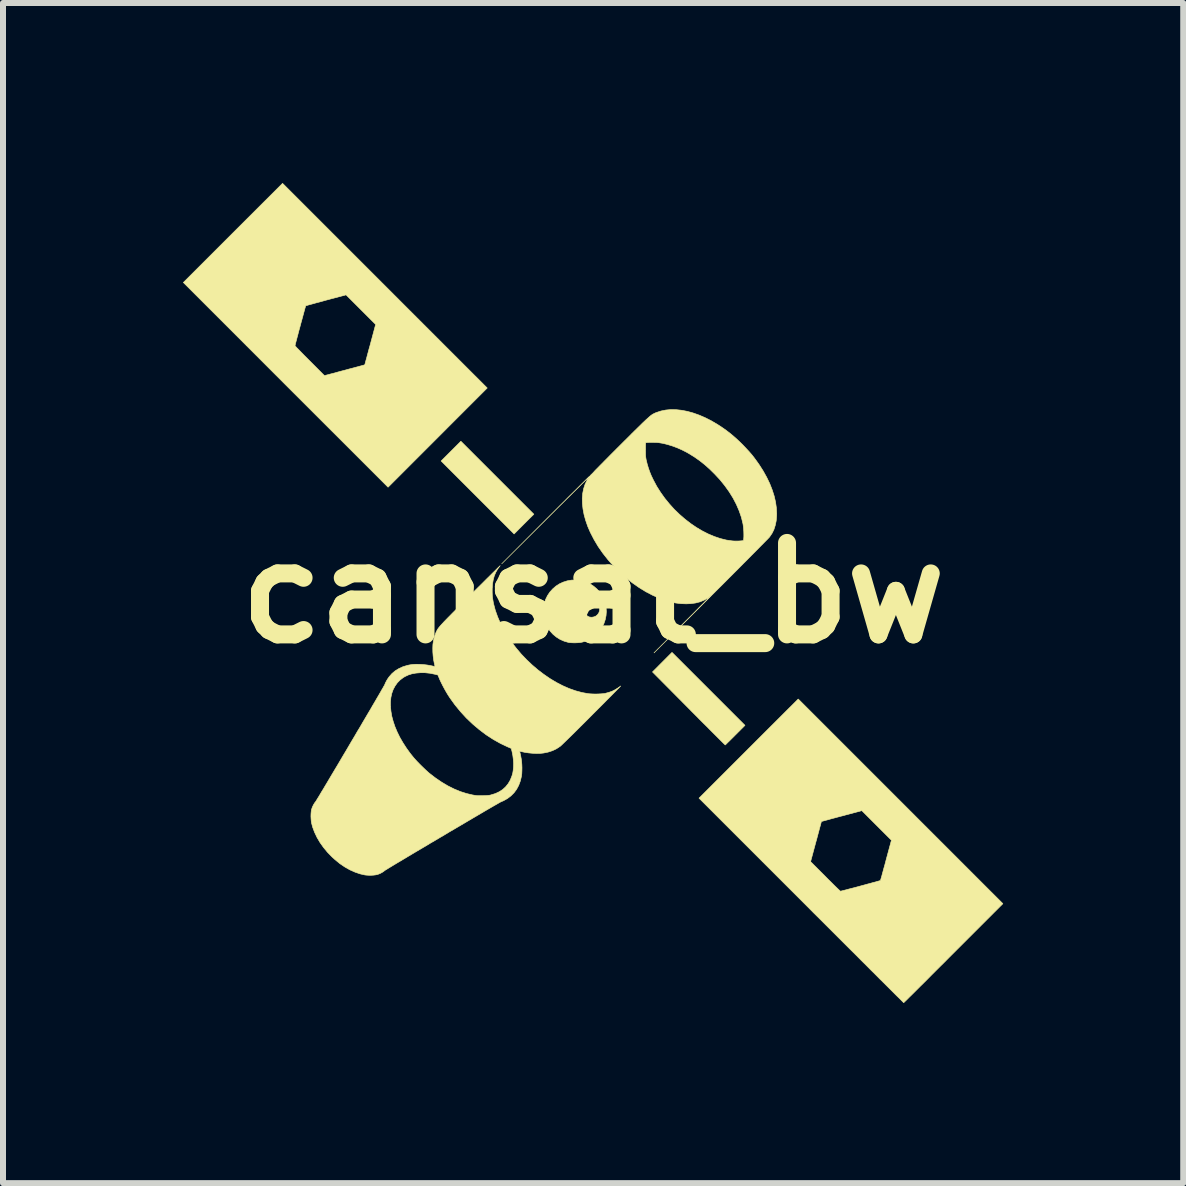
<source format=kicad_pcb>
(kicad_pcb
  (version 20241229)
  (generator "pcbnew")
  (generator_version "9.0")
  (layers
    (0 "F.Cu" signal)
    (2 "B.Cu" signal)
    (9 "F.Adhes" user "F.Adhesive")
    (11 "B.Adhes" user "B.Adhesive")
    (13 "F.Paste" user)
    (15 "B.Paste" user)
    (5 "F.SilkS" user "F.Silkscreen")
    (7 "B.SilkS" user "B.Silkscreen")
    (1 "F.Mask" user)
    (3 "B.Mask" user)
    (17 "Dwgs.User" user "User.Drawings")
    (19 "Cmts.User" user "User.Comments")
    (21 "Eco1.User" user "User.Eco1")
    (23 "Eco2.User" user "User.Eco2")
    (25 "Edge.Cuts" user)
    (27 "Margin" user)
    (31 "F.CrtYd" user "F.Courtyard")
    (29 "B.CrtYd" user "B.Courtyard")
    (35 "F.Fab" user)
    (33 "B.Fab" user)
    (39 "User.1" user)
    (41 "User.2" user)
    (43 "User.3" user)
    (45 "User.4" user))
  (footprint "cansat_bw"
    (layer "F.Cu")
    (at 6.834 6.831)
    (property "Reference" "cansat_bw" (at 0 0 0) (layer "F.SilkS") (effects (font (size 1.524 1.524) (thickness 0.3))))
    (attr through_hole)
    (fp_poly (pts (xy -1.597 -1.921) (xy -0.989 -1.313) (xy -1.154 -1.149) (xy -1.318 -0.984) (xy -1.926 -1.592) (xy -2.534 -2.2) (xy -2.205 -2.529) (xy -1.597 -1.921)) (stroke (width 0.01) (type solid)) (fill yes) (layer "F.SilkS"))
    (fp_poly (pts (xy 2.529 2.205) (xy 2.366 2.368) (xy 2.332 2.402) (xy 2.3 2.434) (xy 2.271 2.463) (xy 2.246 2.487) (xy 2.226 2.507) (xy 2.211 2.522) (xy 2.202 2.53) (xy 2.2 2.532) (xy 2.196 2.528) (xy 2.185 2.517) (xy 2.167 2.5) (xy 2.143 2.476) (xy 2.113 2.446) (xy 2.078 2.411) (xy 2.038 2.371) (xy 1.993 2.326) (xy 1.944 2.277) (xy 1.891 2.223) (xy 1.834 2.167) (xy 1.774 2.107) (xy 1.712 2.044) (xy 1.647 1.979) (xy 1.592 1.923) (xy 0.988 1.315) (xy 1.313 0.989) (xy 2.529 2.205)) (stroke (width 0.01) (type solid)) (fill yes) (layer "F.SilkS"))
    (fp_poly (pts (xy -1.766 -3.416) (xy -3.418 -1.763) (xy -5.124 -3.468) (xy -5.776 -4.121) (xy -4.968 -4.121) (xy -4.965 -4.116) (xy -4.954 -4.104) (xy -4.938 -4.086) (xy -4.915 -4.063) (xy -4.888 -4.035) (xy -4.856 -4.002) (xy -4.821 -3.966) (xy -4.782 -3.927) (xy -4.741 -3.886) (xy -4.723 -3.868) (xy -4.478 -3.622) (xy -4.443 -3.632) (xy -4.431 -3.635) (xy -4.411 -3.64) (xy -4.382 -3.648) (xy -4.346 -3.657) (xy -4.304 -3.668) (xy -4.258 -3.681) (xy -4.207 -3.695) (xy -4.153 -3.709) (xy -4.108 -3.721) (xy -4.054 -3.736) (xy -4.003 -3.749) (xy -3.955 -3.762) (xy -3.913 -3.773) (xy -3.877 -3.783) (xy -3.847 -3.791) (xy -3.825 -3.797) (xy -3.811 -3.801) (xy -3.807 -3.802) (xy -3.805 -3.807) (xy -3.801 -3.822) (xy -3.795 -3.845) (xy -3.787 -3.875) (xy -3.776 -3.913) (xy -3.765 -3.956) (xy -3.752 -4.004) (xy -3.738 -4.057) (xy -3.722 -4.113) (xy -3.715 -4.139) (xy -3.625 -4.475) (xy -3.872 -4.722) (xy -4.118 -4.968) (xy -4.453 -4.879) (xy -4.51 -4.863) (xy -4.564 -4.848) (xy -4.615 -4.835) (xy -4.661 -4.822) (xy -4.701 -4.811) (xy -4.735 -4.802) (xy -4.761 -4.794) (xy -4.78 -4.789) (xy -4.789 -4.786) (xy -4.79 -4.785) (xy -4.792 -4.78) (xy -4.796 -4.765) (xy -4.803 -4.742) (xy -4.811 -4.712) (xy -4.821 -4.676) (xy -4.832 -4.635) (xy -4.844 -4.591) (xy -4.857 -4.543) (xy -4.871 -4.493) (xy -4.884 -4.443) (xy -4.898 -4.393) (xy -4.911 -4.344) (xy -4.923 -4.297) (xy -4.935 -4.253) (xy -4.945 -4.214) (xy -4.954 -4.181) (xy -4.961 -4.154) (xy -4.965 -4.134) (xy -4.968 -4.123) (xy -4.968 -4.121) (xy -5.776 -4.121) (xy -6.829 -5.174) (xy -6.003 -6) (xy -5.176 -6.826) (xy -1.766 -3.416)) (stroke (width 0.01) (type solid)) (fill yes) (layer "F.SilkS"))
    (fp_poly (pts (xy -0.259 -0.215) (xy -0.185 -0.204) (xy -0.116 -0.183) (xy -0.052 -0.153) (xy 0.008 -0.113) (xy 0.06 -0.069) (xy 0.109 -0.015) (xy 0.149 0.044) (xy 0.18 0.107) (xy 0.202 0.173) (xy 0.215 0.24) (xy 0.219 0.309) (xy 0.214 0.377) (xy 0.2 0.445) (xy 0.178 0.51) (xy 0.146 0.573) (xy 0.105 0.632) (xy 0.064 0.679) (xy 0.007 0.728) (xy -0.054 0.768) (xy -0.121 0.799) (xy -0.174 0.816) (xy -0.212 0.824) (xy -0.257 0.828) (xy -0.305 0.83) (xy -0.351 0.829) (xy -0.394 0.826) (xy -0.416 0.822) (xy -0.487 0.801) (xy -0.553 0.772) (xy -0.613 0.734) (xy -0.668 0.689) (xy -0.716 0.637) (xy -0.757 0.579) (xy -0.789 0.515) (xy -0.813 0.448) (xy -0.827 0.384) (xy -0.83 0.347) (xy -0.831 0.304) (xy -0.829 0.264) (xy -0.162 0.264) (xy -0.159 0.297) (xy -0.147 0.329) (xy -0.125 0.359) (xy -0.121 0.363) (xy -0.091 0.387) (xy -0.059 0.401) (xy -0.023 0.404) (xy 0.014 0.397) (xy 0.046 0.383) (xy 0.073 0.36) (xy 0.093 0.331) (xy 0.105 0.297) (xy 0.107 0.271) (xy 0.103 0.234) (xy 0.089 0.202) (xy 0.068 0.174) (xy 0.039 0.152) (xy 0.004 0.138) (xy -0.002 0.137) (xy -0.021 0.133) (xy -0.037 0.134) (xy -0.057 0.138) (xy -0.059 0.139) (xy -0.094 0.154) (xy -0.122 0.175) (xy -0.143 0.202) (xy -0.157 0.232) (xy -0.162 0.264) (xy -0.829 0.264) (xy -0.829 0.259) (xy -0.824 0.217) (xy -0.817 0.182) (xy -0.817 0.178) (xy -0.793 0.107) (xy -0.761 0.042) (xy -0.721 -0.017) (xy -0.674 -0.069) (xy -0.621 -0.115) (xy -0.562 -0.153) (xy -0.499 -0.182) (xy -0.432 -0.203) (xy -0.361 -0.215) (xy -0.288 -0.217) (xy -0.259 -0.215)) (stroke (width 0.01) (type solid)) (fill yes) (layer "F.SilkS"))
    (fp_poly (pts (xy 6.826 5.176) (xy 6.001 6.001) (xy 5.923 6.079) (xy 5.848 6.155) (xy 5.774 6.228) (xy 5.703 6.299) (xy 5.635 6.367) (xy 5.571 6.432) (xy 5.51 6.493) (xy 5.453 6.549) (xy 5.4 6.602) (xy 5.352 6.65) (xy 5.309 6.693) (xy 5.271 6.73) (xy 5.239 6.762) (xy 5.213 6.788) (xy 5.193 6.807) (xy 5.18 6.82) (xy 5.174 6.826) (xy 5.174 6.826) (xy 5.17 6.823) (xy 5.159 6.812) (xy 5.141 6.794) (xy 5.116 6.769) (xy 5.085 6.738) (xy 5.047 6.701) (xy 5.003 6.657) (xy 4.954 6.608) (xy 4.899 6.553) (xy 4.839 6.493) (xy 4.773 6.428) (xy 4.703 6.357) (xy 4.628 6.283) (xy 4.549 6.203) (xy 4.465 6.12) (xy 4.378 6.032) (xy 4.286 5.941) (xy 4.192 5.847) (xy 4.094 5.749) (xy 3.993 5.648) (xy 3.889 5.544) (xy 3.783 5.438) (xy 3.674 5.33) (xy 3.564 5.219) (xy 3.467 5.122) (xy 2.821 4.476) (xy 3.622 4.476) (xy 3.868 4.722) (xy 3.91 4.765) (xy 3.95 4.804) (xy 3.987 4.841) (xy 4.021 4.875) (xy 4.051 4.904) (xy 4.077 4.929) (xy 4.097 4.948) (xy 4.111 4.961) (xy 4.119 4.968) (xy 4.12 4.968) (xy 4.127 4.967) (xy 4.142 4.963) (xy 4.166 4.957) (xy 4.198 4.949) (xy 4.236 4.939) (xy 4.28 4.927) (xy 4.329 4.915) (xy 4.382 4.901) (xy 4.438 4.886) (xy 4.455 4.881) (xy 4.511 4.866) (xy 4.565 4.851) (xy 4.615 4.838) (xy 4.66 4.825) (xy 4.7 4.815) (xy 4.733 4.805) (xy 4.759 4.798) (xy 4.776 4.793) (xy 4.785 4.79) (xy 4.786 4.79) (xy 4.788 4.784) (xy 4.792 4.769) (xy 4.799 4.746) (xy 4.808 4.715) (xy 4.818 4.677) (xy 4.83 4.633) (xy 4.843 4.585) (xy 4.858 4.532) (xy 4.873 4.476) (xy 4.879 4.452) (xy 4.969 4.119) (xy 4.722 3.872) (xy 4.476 3.626) (xy 4.139 3.716) (xy 4.082 3.731) (xy 4.027 3.746) (xy 3.977 3.759) (xy 3.931 3.772) (xy 3.891 3.783) (xy 3.857 3.792) (xy 3.831 3.799) (xy 3.813 3.804) (xy 3.803 3.807) (xy 3.802 3.807) (xy 3.801 3.812) (xy 3.797 3.827) (xy 3.791 3.849) (xy 3.783 3.88) (xy 3.772 3.917) (xy 3.761 3.961) (xy 3.748 4.009) (xy 3.734 4.062) (xy 3.719 4.118) (xy 3.712 4.142) (xy 3.622 4.476) (xy 2.821 4.476) (xy 1.763 3.418) (xy 2.589 2.592) (xy 3.416 1.766) (xy 6.826 5.176)) (stroke (width 0.01) (type solid)) (fill yes) (layer "F.SilkS"))
    (fp_poly (pts (xy 1.382 -3.055) (xy 1.474 -3.045) (xy 1.568 -3.027) (xy 1.665 -3) (xy 1.764 -2.965) (xy 1.864 -2.922) (xy 1.965 -2.871) (xy 2.066 -2.812) (xy 2.134 -2.768) (xy 2.214 -2.712) (xy 2.289 -2.654) (xy 2.362 -2.592) (xy 2.436 -2.524) (xy 2.488 -2.473) (xy 2.545 -2.413) (xy 2.596 -2.358) (xy 2.643 -2.304) (xy 2.686 -2.249) (xy 2.729 -2.19) (xy 2.765 -2.139) (xy 2.832 -2.034) (xy 2.891 -1.928) (xy 2.941 -1.824) (xy 2.982 -1.72) (xy 3.015 -1.617) (xy 3.038 -1.517) (xy 3.052 -1.419) (xy 3.057 -1.324) (xy 3.056 -1.284) (xy 3.049 -1.202) (xy 3.033 -1.127) (xy 3.011 -1.058) (xy 2.98 -0.995) (xy 2.942 -0.939) (xy 2.936 -0.931) (xy 2.922 -0.916) (xy 2.901 -0.894) (xy 2.873 -0.866) (xy 2.838 -0.83) (xy 2.797 -0.789) (xy 2.75 -0.741) (xy 2.696 -0.686) (xy 2.636 -0.626) (xy 2.571 -0.56) (xy 2.5 -0.489) (xy 2.424 -0.412) (xy 2.342 -0.33) (xy 2.255 -0.243) (xy 2.164 -0.151) (xy 2.067 -0.055) (xy 1.966 0.046) (xy 1.861 0.151) (xy 1.752 0.26) (xy 1.699 0.313) (xy 1.612 0.4) (xy 1.531 0.481) (xy 1.455 0.557) (xy 1.385 0.627) (xy 1.32 0.691) (xy 1.262 0.75) (xy 1.209 0.802) (xy 1.163 0.848) (xy 1.122 0.889) (xy 1.088 0.923) (xy 1.06 0.951) (xy 1.039 0.972) (xy 1.024 0.987) (xy 1.015 0.995) (xy 1.014 0.997) (xy 1.019 0.991) (xy 1.031 0.979) (xy 1.05 0.96) (xy 1.075 0.934) (xy 1.109 0.901) (xy 1.149 0.86) (xy 1.197 0.813) (xy 1.213 0.796) (xy 1.286 0.723) (xy 1.357 0.652) (xy 1.425 0.583) (xy 1.491 0.517) (xy 1.553 0.455) (xy 1.613 0.395) (xy 1.668 0.34) (xy 1.719 0.288) (xy 1.765 0.241) (xy 1.807 0.199) (xy 1.844 0.162) (xy 1.874 0.131) (xy 1.899 0.106) (xy 1.918 0.086) (xy 1.93 0.074) (xy 1.935 0.069) (xy 1.935 0.068) (xy 1.929 0.071) (xy 1.917 0.078) (xy 1.909 0.084) (xy 1.847 0.119) (xy 1.779 0.147) (xy 1.705 0.166) (xy 1.624 0.177) (xy 1.55 0.18) (xy 1.461 0.177) (xy 1.373 0.166) (xy 1.284 0.147) (xy 1.192 0.12) (xy 1.116 0.092) (xy 1.061 0.068) (xy 1.937 0.068) (xy 1.938 0.068) (xy 1.943 0.065) (xy 1.951 0.057) (xy 1.953 0.055) (xy 1.96 0.047) (xy 1.963 0.042) (xy 1.962 0.042) (xy 1.957 0.046) (xy 1.949 0.054) (xy 1.947 0.055) (xy 1.94 0.064) (xy 1.937 0.068) (xy 1.061 0.068) (xy 0.996 0.04) (xy 0.878 -0.021) (xy 0.763 -0.092) (xy 0.65 -0.171) (xy 0.542 -0.257) (xy 0.438 -0.35) (xy 0.339 -0.449) (xy 0.247 -0.554) (xy 0.161 -0.663) (xy 0.083 -0.775) (xy 0.014 -0.891) (xy -0.047 -1.009) (xy -0.09 -1.108) (xy -0.125 -1.208) (xy -0.152 -1.305) (xy -0.17 -1.4) (xy -0.18 -1.491) (xy -0.182 -1.578) (xy -0.175 -1.661) (xy -0.159 -1.74) (xy -0.135 -1.813) (xy -0.102 -1.88) (xy -0.1 -1.884) (xy -0.089 -1.902) (xy -0.08 -1.916) (xy -0.074 -1.923) (xy -0.074 -1.924) (xy -0.069 -1.931) (xy -0.068 -1.933) (xy -0.072 -1.93) (xy -0.083 -1.92) (xy -0.1 -1.903) (xy -0.124 -1.88) (xy -0.154 -1.851) (xy -0.19 -1.816) (xy -0.23 -1.775) (xy -0.276 -1.73) (xy -0.327 -1.68) (xy -0.381 -1.626) (xy -0.44 -1.568) (xy -0.502 -1.506) (xy -0.567 -1.442) (xy -0.635 -1.374) (xy -0.705 -1.304) (xy -0.778 -1.231) (xy -0.796 -1.213) (xy -1.524 -0.487) (xy -0.769 -1.243) (xy -0.694 -1.318) (xy -0.622 -1.39) (xy -0.552 -1.46) (xy -0.484 -1.527) (xy -0.42 -1.592) (xy -0.359 -1.652) (xy -0.301 -1.709) (xy -0.248 -1.762) (xy -0.199 -1.811) (xy -0.155 -1.854) (xy -0.116 -1.893) (xy -0.082 -1.926) (xy -0.061 -1.946) (xy -0.067 -1.94) (xy -0.067 -1.937) (xy -0.062 -1.94) (xy -0.055 -1.947) (xy -0.049 -1.955) (xy -0.048 -1.958) (xy -0.052 -1.955) (xy -0.033 -1.974) (xy -0.018 -1.988) (xy -0.01 -1.995) (xy -0.009 -1.996) (xy -0.006 -1.996) (xy -0.007 -1.998) (xy -0.004 -2.003) (xy 0.007 -2.014) (xy 0.023 -2.032) (xy 0.046 -2.056) (xy 0.075 -2.085) (xy 0.109 -2.12) (xy 0.148 -2.159) (xy 0.191 -2.203) (xy 0.238 -2.25) (xy 0.288 -2.301) (xy 0.342 -2.355) (xy 0.372 -2.385) (xy 0.871 -2.385) (xy 0.872 -2.345) (xy 0.872 -2.313) (xy 0.873 -2.287) (xy 0.875 -2.265) (xy 0.878 -2.246) (xy 0.881 -2.227) (xy 0.883 -2.218) (xy 0.9 -2.148) (xy 0.919 -2.084) (xy 0.941 -2.021) (xy 0.967 -1.957) (xy 1 -1.888) (xy 1.003 -1.882) (xy 1.059 -1.777) (xy 1.123 -1.676) (xy 1.193 -1.578) (xy 1.27 -1.484) (xy 1.351 -1.394) (xy 1.438 -1.31) (xy 1.528 -1.232) (xy 1.622 -1.159) (xy 1.719 -1.093) (xy 1.817 -1.035) (xy 1.917 -0.984) (xy 2.017 -0.942) (xy 2.117 -0.908) (xy 2.217 -0.883) (xy 2.313 -0.869) (xy 2.338 -0.867) (xy 2.368 -0.866) (xy 2.401 -0.866) (xy 2.433 -0.867) (xy 2.462 -0.869) (xy 2.484 -0.871) (xy 2.49 -0.872) (xy 2.498 -0.874) (xy 2.503 -0.879) (xy 2.506 -0.889) (xy 2.508 -0.907) (xy 2.508 -0.909) (xy 2.51 -0.941) (xy 2.51 -0.979) (xy 2.509 -1.022) (xy 2.506 -1.066) (xy 2.502 -1.107) (xy 2.497 -1.144) (xy 2.495 -1.155) (xy 2.469 -1.262) (xy 2.432 -1.369) (xy 2.386 -1.476) (xy 2.33 -1.583) (xy 2.265 -1.688) (xy 2.191 -1.791) (xy 2.109 -1.892) (xy 2.024 -1.983) (xy 1.941 -2.065) (xy 1.859 -2.138) (xy 1.776 -2.204) (xy 1.691 -2.264) (xy 1.601 -2.32) (xy 1.554 -2.347) (xy 1.479 -2.385) (xy 1.4 -2.42) (xy 1.319 -2.45) (xy 1.238 -2.475) (xy 1.161 -2.494) (xy 1.093 -2.505) (xy 1.073 -2.507) (xy 1.047 -2.509) (xy 1.017 -2.509) (xy 0.986 -2.51) (xy 0.956 -2.51) (xy 0.927 -2.509) (xy 0.904 -2.508) (xy 0.886 -2.506) (xy 0.876 -2.504) (xy 0.875 -2.504) (xy 0.874 -2.497) (xy 0.873 -2.482) (xy 0.872 -2.459) (xy 0.872 -2.431) (xy 0.871 -2.398) (xy 0.871 -2.385) (xy 0.372 -2.385) (xy 0.398 -2.411) (xy 0.454 -2.467) (xy 0.525 -2.538) (xy 0.59 -2.602) (xy 0.647 -2.66) (xy 0.699 -2.711) (xy 0.745 -2.756) (xy 0.786 -2.796) (xy 0.821 -2.831) (xy 0.853 -2.861) (xy 0.88 -2.887) (xy 0.905 -2.909) (xy 0.926 -2.928) (xy 0.944 -2.944) (xy 0.96 -2.957) (xy 0.975 -2.968) (xy 0.988 -2.977) (xy 1.001 -2.984) (xy 1.013 -2.99) (xy 1.025 -2.996) (xy 1.038 -3.002) (xy 1.052 -3.007) (xy 1.054 -3.008) (xy 1.13 -3.033) (xy 1.209 -3.049) (xy 1.294 -3.057) (xy 1.382 -3.055)) (stroke (width 0.01) (type solid)) (fill yes) (layer "F.SilkS"))
    (fp_poly (pts (xy -1.55 -0.455) (xy -1.591 -0.401) (xy -1.623 -0.345) (xy -1.648 -0.287) (xy -1.665 -0.225) (xy -1.677 -0.156) (xy -1.682 -0.08) (xy -1.683 -0.079) (xy -1.683 -0.015) (xy -1.681 0.044) (xy -1.674 0.1) (xy -1.664 0.16) (xy -1.66 0.179) (xy -1.631 0.289) (xy -1.592 0.398) (xy -1.545 0.507) (xy -1.49 0.614) (xy -1.427 0.719) (xy -1.357 0.822) (xy -1.28 0.922) (xy -1.198 1.019) (xy -1.11 1.111) (xy -1.018 1.198) (xy -0.922 1.28) (xy -0.822 1.356) (xy -0.72 1.426) (xy -0.615 1.489) (xy -0.509 1.544) (xy -0.402 1.591) (xy -0.294 1.629) (xy -0.187 1.658) (xy -0.082 1.677) (xy -0.046 1.68) (xy -0.005 1.682) (xy 0.039 1.683) (xy 0.083 1.682) (xy 0.126 1.68) (xy 0.164 1.677) (xy 0.195 1.673) (xy 0.203 1.671) (xy 0.262 1.655) (xy 0.316 1.636) (xy 0.367 1.61) (xy 0.418 1.578) (xy 0.458 1.549) (xy 0.457 1.551) (xy 0.448 1.56) (xy 0.433 1.576) (xy 0.412 1.597) (xy 0.385 1.625) (xy 0.352 1.658) (xy 0.315 1.696) (xy 0.273 1.738) (xy 0.227 1.784) (xy 0.177 1.835) (xy 0.124 1.888) (xy 0.068 1.944) (xy 0.009 2.003) (xy -0.016 2.028) (xy -0.083 2.096) (xy -0.147 2.16) (xy -0.208 2.22) (xy -0.265 2.277) (xy -0.318 2.33) (xy -0.367 2.378) (xy -0.411 2.421) (xy -0.45 2.459) (xy -0.483 2.491) (xy -0.51 2.517) (xy -0.53 2.536) (xy -0.544 2.549) (xy -0.549 2.553) (xy -0.612 2.595) (xy -0.679 2.627) (xy -0.753 2.651) (xy -0.827 2.666) (xy -0.883 2.672) (xy -0.945 2.673) (xy -1.011 2.67) (xy -1.077 2.664) (xy -1.142 2.654) (xy -1.188 2.644) (xy -1.205 2.64) (xy -1.218 2.638) (xy -1.224 2.638) (xy -1.224 2.644) (xy -1.221 2.656) (xy -1.218 2.669) (xy -1.214 2.685) (xy -1.209 2.709) (xy -1.204 2.737) (xy -1.199 2.763) (xy -1.193 2.808) (xy -1.189 2.858) (xy -1.187 2.91) (xy -1.188 2.961) (xy -1.19 3.009) (xy -1.195 3.05) (xy -1.196 3.055) (xy -1.215 3.134) (xy -1.242 3.206) (xy -1.277 3.271) (xy -1.32 3.329) (xy -1.371 3.38) (xy -1.429 3.424) (xy -1.495 3.461) (xy -1.535 3.478) (xy -1.543 3.482) (xy -1.56 3.491) (xy -1.584 3.505) (xy -1.617 3.524) (xy -1.656 3.546) (xy -1.701 3.572) (xy -1.752 3.602) (xy -1.809 3.635) (xy -1.87 3.671) (xy -1.936 3.71) (xy -2.006 3.751) (xy -2.079 3.794) (xy -2.155 3.839) (xy -2.233 3.885) (xy -2.313 3.932) (xy -2.394 3.979) (xy -2.475 4.028) (xy -2.557 4.076) (xy -2.639 4.125) (xy -2.72 4.172) (xy -2.799 4.22) (xy -2.877 4.266) (xy -2.952 4.31) (xy -3.024 4.353) (xy -3.093 4.394) (xy -3.158 4.433) (xy -3.218 4.469) (xy -3.274 4.502) (xy -3.324 4.532) (xy -3.368 4.559) (xy -3.405 4.581) (xy -3.435 4.6) (xy -3.458 4.614) (xy -3.473 4.623) (xy -3.478 4.628) (xy -3.51 4.651) (xy -3.548 4.672) (xy -3.588 4.688) (xy -3.603 4.692) (xy -3.629 4.697) (xy -3.662 4.701) (xy -3.7 4.703) (xy -3.738 4.703) (xy -3.773 4.701) (xy -3.803 4.698) (xy -3.886 4.679) (xy -3.97 4.65) (xy -4.055 4.612) (xy -4.138 4.565) (xy -4.221 4.509) (xy -4.3 4.444) (xy -4.351 4.398) (xy -4.426 4.321) (xy -4.493 4.24) (xy -4.552 4.157) (xy -4.602 4.072) (xy -4.643 3.986) (xy -4.675 3.9) (xy -4.693 3.832) (xy -4.698 3.799) (xy -4.701 3.761) (xy -4.703 3.721) (xy -4.702 3.681) (xy -4.699 3.645) (xy -4.695 3.615) (xy -4.693 3.606) (xy -4.679 3.566) (xy -4.66 3.527) (xy -4.639 3.493) (xy -4.626 3.478) (xy -4.622 3.471) (xy -4.612 3.456) (xy -4.598 3.432) (xy -4.579 3.402) (xy -4.556 3.364) (xy -4.53 3.319) (xy -4.499 3.269) (xy -4.466 3.213) (xy -4.43 3.153) (xy -4.391 3.087) (xy -4.35 3.018) (xy -4.307 2.946) (xy -4.262 2.871) (xy -4.216 2.793) (xy -4.169 2.713) (xy -4.121 2.633) (xy -4.073 2.551) (xy -4.025 2.469) (xy -3.976 2.387) (xy -3.929 2.306) (xy -3.881 2.227) (xy -3.836 2.149) (xy -3.791 2.073) (xy -3.748 2) (xy -3.707 1.931) (xy -3.669 1.865) (xy -3.639 1.814) (xy -3.378 1.814) (xy -3.378 1.89) (xy -3.37 1.97) (xy -3.356 2.053) (xy -3.333 2.138) (xy -3.304 2.225) (xy -3.267 2.313) (xy -3.223 2.403) (xy -3.171 2.493) (xy -3.113 2.583) (xy -3.048 2.673) (xy -2.99 2.745) (xy -2.965 2.773) (xy -2.934 2.807) (xy -2.899 2.843) (xy -2.861 2.881) (xy -2.823 2.918) (xy -2.786 2.953) (xy -2.753 2.983) (xy -2.73 3.003) (xy -2.629 3.081) (xy -2.526 3.151) (xy -2.422 3.213) (xy -2.318 3.265) (xy -2.214 3.308) (xy -2.11 3.341) (xy -2.008 3.365) (xy -2.005 3.365) (xy -1.979 3.37) (xy -1.958 3.373) (xy -1.94 3.375) (xy -1.921 3.377) (xy -1.9 3.377) (xy -1.873 3.377) (xy -1.839 3.376) (xy -1.834 3.376) (xy -1.795 3.375) (xy -1.763 3.373) (xy -1.737 3.371) (xy -1.715 3.367) (xy -1.701 3.363) (xy -1.629 3.341) (xy -1.565 3.311) (xy -1.508 3.274) (xy -1.459 3.229) (xy -1.417 3.177) (xy -1.382 3.117) (xy -1.355 3.05) (xy -1.341 3.003) (xy -1.333 2.954) (xy -1.328 2.897) (xy -1.327 2.836) (xy -1.331 2.773) (xy -1.339 2.709) (xy -1.351 2.649) (xy -1.354 2.635) (xy -1.366 2.589) (xy -1.424 2.564) (xy -1.546 2.506) (xy -1.667 2.438) (xy -1.784 2.362) (xy -1.898 2.276) (xy -2.008 2.183) (xy -2.113 2.083) (xy -2.211 1.976) (xy -2.303 1.864) (xy -2.388 1.746) (xy -2.418 1.7) (xy -2.447 1.652) (xy -2.477 1.599) (xy -2.507 1.543) (xy -2.535 1.487) (xy -2.559 1.436) (xy -2.566 1.418) (xy -2.588 1.366) (xy -2.635 1.354) (xy -2.718 1.337) (xy -2.802 1.328) (xy -2.882 1.328) (xy -2.954 1.334) (xy -3.02 1.346) (xy -3.08 1.365) (xy -3.135 1.391) (xy -3.164 1.408) (xy -3.218 1.449) (xy -3.264 1.496) (xy -3.302 1.55) (xy -3.333 1.608) (xy -3.356 1.672) (xy -3.371 1.741) (xy -3.378 1.814) (xy -3.639 1.814) (xy -3.633 1.804) (xy -3.6 1.747) (xy -3.57 1.696) (xy -3.544 1.651) (xy -3.522 1.612) (xy -3.503 1.58) (xy -3.49 1.556) (xy -3.48 1.54) (xy -3.476 1.532) (xy -3.476 1.532) (xy -3.462 1.498) (xy -3.443 1.461) (xy -3.42 1.424) (xy -3.4 1.396) (xy -3.354 1.343) (xy -3.3 1.297) (xy -3.238 1.259) (xy -3.17 1.228) (xy -3.094 1.205) (xy -3.055 1.197) (xy -3.008 1.19) (xy -2.953 1.187) (xy -2.893 1.188) (xy -2.831 1.192) (xy -2.769 1.199) (xy -2.711 1.209) (xy -2.669 1.218) (xy -2.653 1.222) (xy -2.641 1.224) (xy -2.638 1.224) (xy -2.638 1.218) (xy -2.64 1.205) (xy -2.644 1.186) (xy -2.647 1.175) (xy -2.659 1.114) (xy -2.667 1.049) (xy -2.672 0.983) (xy -2.673 0.919) (xy -2.671 0.861) (xy -2.668 0.837) (xy -2.659 0.782) (xy -2.645 0.727) (xy -2.627 0.677) (xy -2.624 0.667) (xy -2.618 0.655) (xy -2.613 0.642) (xy -2.607 0.631) (xy -2.601 0.619) (xy -2.594 0.607) (xy -2.586 0.595) (xy -2.576 0.581) (xy -2.563 0.565) (xy -2.549 0.548) (xy -2.531 0.528) (xy -2.51 0.505) (xy -2.486 0.479) (xy -2.457 0.449) (xy -2.424 0.415) (xy -2.386 0.377) (xy -2.344 0.334) (xy -2.295 0.285) (xy -2.241 0.23) (xy -2.18 0.17) (xy -2.113 0.103) (xy -2.039 0.028) (xy -2.037 0.026) (xy -1.977 -0.034) (xy -1.919 -0.092) (xy -1.863 -0.147) (xy -1.811 -0.199) (xy -1.763 -0.247) (xy -1.718 -0.291) (xy -1.678 -0.331) (xy -1.642 -0.366) (xy -1.612 -0.396) (xy -1.587 -0.421) (xy -1.568 -0.439) (xy -1.556 -0.451) (xy -1.55 -0.456) (xy -1.55 -0.455)) (stroke (width 0.01) (type solid)) (fill yes) (layer "F.SilkS")))
  (gr_rect
    (start -3 -3)
    (end 16.665 16.663)
    (stroke (width 0.1) (type default))
    (fill no)
    (layer "Edge.Cuts")))
</source>
